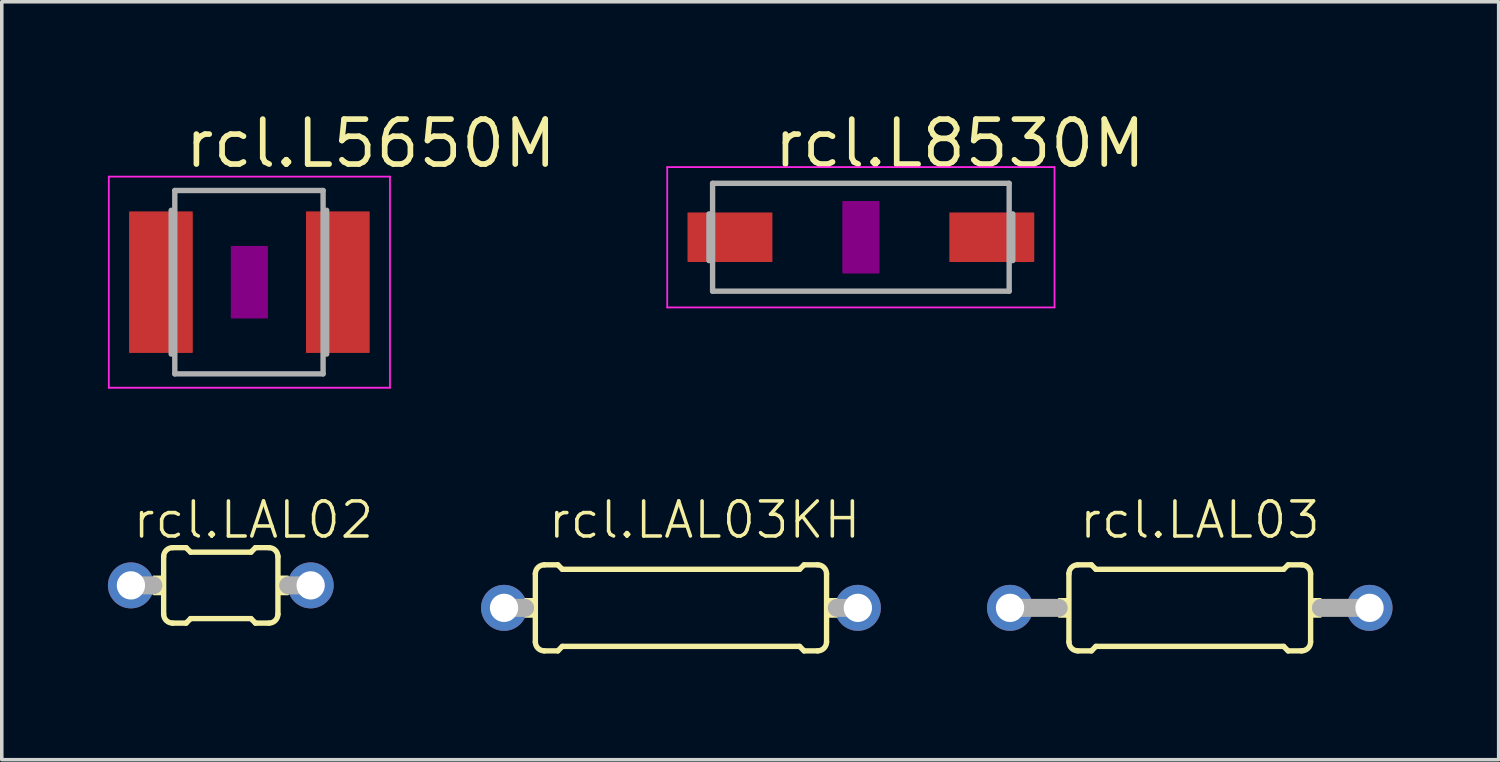
<source format=kicad_pcb>
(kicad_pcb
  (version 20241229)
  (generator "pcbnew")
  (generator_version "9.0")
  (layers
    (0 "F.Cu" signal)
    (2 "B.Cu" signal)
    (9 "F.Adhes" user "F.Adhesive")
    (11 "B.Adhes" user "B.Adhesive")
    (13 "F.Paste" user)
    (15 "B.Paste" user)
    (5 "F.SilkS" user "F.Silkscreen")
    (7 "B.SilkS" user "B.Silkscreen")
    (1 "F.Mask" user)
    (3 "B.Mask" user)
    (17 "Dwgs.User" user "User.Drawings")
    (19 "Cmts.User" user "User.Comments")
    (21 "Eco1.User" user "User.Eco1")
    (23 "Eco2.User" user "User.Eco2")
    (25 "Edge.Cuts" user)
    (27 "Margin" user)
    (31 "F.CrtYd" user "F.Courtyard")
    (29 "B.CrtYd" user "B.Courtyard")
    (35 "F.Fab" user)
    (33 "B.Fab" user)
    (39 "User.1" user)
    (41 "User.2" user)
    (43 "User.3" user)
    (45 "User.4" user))
  (footprint "rcl.L5650M"
    (layer "F.Cu")
    (at 3.998 4.925)
    (property "Reference" "rcl.L5650M" (at -1.905 -3.175 0) (layer "F.SilkS") (effects (font (size 1.27 1.27) (thickness 0.16)) (justify left bottom)))
    (attr smd)
    (fp_rect (start -0.5 1) (end 0.5 -1) (stroke (width 0.05) (type default)) (fill yes) (layer "F.Adhes"))
    (fp_line (start -3.973 -2.983) (end 3.973 -2.983) (stroke (width 0.051) (type default)) (layer "F.CrtYd"))
    (fp_line (start -3.973 2.983) (end -3.973 -2.983) (stroke (width 0.051) (type default)) (layer "F.CrtYd"))
    (fp_line (start 3.973 -2.983) (end 3.973 2.983) (stroke (width 0.051) (type default)) (layer "F.CrtYd"))
    (fp_line (start 3.973 2.983) (end -3.973 2.983) (stroke (width 0.051) (type default)) (layer "F.CrtYd"))
    (fp_line (start -2.21 -2.032) (end -2.21 2.032) (stroke (width 0.152) (type default)) (layer "F.Fab"))
    (fp_line (start -2.108 -2.591) (end -2.108 2.591) (stroke (width 0.152) (type default)) (layer "F.Fab"))
    (fp_line (start -2.108 2.591) (end 2.083 2.591) (stroke (width 0.152) (type default)) (layer "F.Fab"))
    (fp_line (start 2.083 -2.591) (end -2.108 -2.591) (stroke (width 0.152) (type default)) (layer "F.Fab"))
    (fp_line (start 2.083 -2.591) (end 2.083 2.591) (stroke (width 0.152) (type default)) (layer "F.Fab"))
    (fp_line (start 2.184 -2.032) (end 2.184 2.032) (stroke (width 0.152) (type default)) (layer "F.Fab"))
    (pad "1" smd roundrect (at -2.5 0) (size 1.8 4) (layers "F.Cu" "F.Mask" "F.Paste") (roundrect_rratio 0.01))
    (pad "2" smd roundrect (at 2.5 0) (size 1.8 4) (layers "F.Cu" "F.Mask" "F.Paste") (roundrect_rratio 0.01)))
  (footprint "rcl.L8530M"
    (layer "F.Cu")
    (at 21.28 3.655)
    (property "Reference" "rcl.L8530M" (at -2.54 -1.905 0) (layer "F.SilkS") (effects (font (size 1.27 1.27) (thickness 0.16)) (justify left bottom)))
    (attr smd)
    (fp_rect (start -0.5 1) (end 0.5 -1) (stroke (width 0.05) (type default)) (fill yes) (layer "F.Adhes"))
    (fp_line (start -5.473 -1.983) (end 5.473 -1.983) (stroke (width 0.051) (type default)) (layer "F.CrtYd"))
    (fp_line (start -5.473 1.983) (end -5.473 -1.983) (stroke (width 0.051) (type default)) (layer "F.CrtYd"))
    (fp_line (start 5.473 -1.983) (end 5.473 1.983) (stroke (width 0.051) (type default)) (layer "F.CrtYd"))
    (fp_line (start 5.473 1.983) (end -5.473 1.983) (stroke (width 0.051) (type default)) (layer "F.CrtYd"))
    (fp_line (start -4.293 0.66) (end -4.293 -0.66) (stroke (width 0.152) (type default)) (layer "F.Fab"))
    (fp_line (start -4.191 1.524) (end -4.191 -1.524) (stroke (width 0.152) (type default)) (layer "F.Fab"))
    (fp_line (start 4.191 -1.524) (end -4.191 -1.524) (stroke (width 0.152) (type default)) (layer "F.Fab"))
    (fp_line (start 4.191 1.524) (end -4.191 1.524) (stroke (width 0.152) (type default)) (layer "F.Fab"))
    (fp_line (start 4.191 1.524) (end 4.191 -1.524) (stroke (width 0.152) (type default)) (layer "F.Fab"))
    (fp_line (start 4.293 0.66) (end 4.293 -0.66) (stroke (width 0.152) (type default)) (layer "F.Fab"))
    (pad "1" smd roundrect (at -3.7 0) (size 2.4 1.4) (layers "F.Cu" "F.Mask" "F.Paste") (roundrect_rratio 0.01))
    (pad "2" smd roundrect (at 3.7 0) (size 2.4 1.4) (layers "F.Cu" "F.Mask" "F.Paste") (roundrect_rratio 0.01)))
  (footprint "rcl.LAL03KH"
    (layer "F.Cu")
    (at 16.195 14.129)
    (property "Reference" "rcl.LAL03KH" (at -3.81 -1.905 0) (layer "F.SilkS") (effects (font (size 0.991 0.991) (thickness 0.1)) (justify left bottom)))
    (attr through_hole)
    (fp_line (start -4.115 0.962) (end -4.115 -0.962) (stroke (width 0.152) (type default)) (layer "F.SilkS"))
    (fp_line (start -3.861 -1.216) (end -3.48 -1.216) (stroke (width 0.152) (type default)) (layer "F.SilkS"))
    (fp_line (start -3.861 1.216) (end -3.48 1.216) (stroke (width 0.152) (type default)) (layer "F.SilkS"))
    (fp_line (start -3.353 -1.089) (end -3.48 -1.216) (stroke (width 0.152) (type default)) (layer "F.SilkS"))
    (fp_line (start -3.353 1.089) (end -3.48 1.216) (stroke (width 0.152) (type default)) (layer "F.SilkS"))
    (fp_line (start 3.353 -1.089) (end -3.353 -1.089) (stroke (width 0.152) (type default)) (layer "F.SilkS"))
    (fp_line (start 3.353 -1.089) (end 3.48 -1.216) (stroke (width 0.152) (type default)) (layer "F.SilkS"))
    (fp_line (start 3.353 1.089) (end -3.353 1.089) (stroke (width 0.152) (type default)) (layer "F.SilkS"))
    (fp_line (start 3.353 1.089) (end 3.48 1.216) (stroke (width 0.152) (type default)) (layer "F.SilkS"))
    (fp_line (start 3.861 -1.216) (end 3.48 -1.216) (stroke (width 0.152) (type default)) (layer "F.SilkS"))
    (fp_line (start 3.861 1.216) (end 3.48 1.216) (stroke (width 0.152) (type default)) (layer "F.SilkS"))
    (fp_line (start 4.115 0.962) (end 4.115 -0.962) (stroke (width 0.152) (type default)) (layer "F.SilkS"))
    (fp_rect (start -4.4 0.254) (end -4.115 -0.254) (stroke (width 0.05) (type default)) (fill yes) (layer "F.SilkS"))
    (fp_rect (start 4.115 0.254) (end 4.4 -0.254) (stroke (width 0.05) (type default)) (fill yes) (layer "F.SilkS"))
    (fp_arc (start -4.115 -0.962) (mid -4.040605 -1.141605) (end -3.861 -1.216) (stroke (width 0.1524) (type default)) (layer "F.SilkS"))
    (fp_arc (start -3.861 1.216) (mid -4.040605 1.141605) (end -4.115 0.962) (stroke (width 0.1524) (type default)) (layer "F.SilkS"))
    (fp_arc (start 3.861 -1.216) (mid 4.040605 -1.141605) (end 4.115 -0.962) (stroke (width 0.1524) (type default)) (layer "F.SilkS"))
    (fp_arc (start 4.115 0.962) (mid 4.040605 1.141605) (end 3.861 1.216) (stroke (width 0.1524) (type default)) (layer "F.SilkS"))
    (fp_line (start -5 0) (end -4.405 0) (stroke (width 0.508) (type default)) (layer "F.Fab"))
    (fp_line (start 5 0) (end 4.405 0) (stroke (width 0.508) (type default)) (layer "F.Fab"))
    (pad "1" thru_hole circle (at -5 0) (size 1.3 1.3) (drill 0.8) (layers "*.Cu" "*.Mask"))
    (pad "2" thru_hole circle (at 5 0) (size 1.3 1.3) (drill 0.8) (layers "*.Cu" "*.Mask")))
  (footprint "rcl.LAL02"
    (layer "F.Cu")
    (at 3.19 13.494)
    (property "Reference" "rcl.LAL02" (at -2.54 -1.27 0) (layer "F.SilkS") (effects (font (size 0.991 0.991) (thickness 0.1)) (justify left bottom)))
    (attr through_hole)
    (fp_line (start -1.615 0.812) (end -1.615 -0.812) (stroke (width 0.152) (type default)) (layer "F.SilkS"))
    (fp_line (start -1.361 -1.066) (end -0.98 -1.066) (stroke (width 0.152) (type default)) (layer "F.SilkS"))
    (fp_line (start -1.361 1.066) (end -0.98 1.066) (stroke (width 0.152) (type default)) (layer "F.SilkS"))
    (fp_line (start -0.853 -0.939) (end -0.98 -1.066) (stroke (width 0.152) (type default)) (layer "F.SilkS"))
    (fp_line (start -0.853 0.939) (end -0.98 1.066) (stroke (width 0.152) (type default)) (layer "F.SilkS"))
    (fp_line (start 0.853 -0.939) (end -0.853 -0.939) (stroke (width 0.152) (type default)) (layer "F.SilkS"))
    (fp_line (start 0.853 -0.939) (end 0.98 -1.066) (stroke (width 0.152) (type default)) (layer "F.SilkS"))
    (fp_line (start 0.853 0.939) (end -0.853 0.939) (stroke (width 0.152) (type default)) (layer "F.SilkS"))
    (fp_line (start 0.853 0.939) (end 0.98 1.066) (stroke (width 0.152) (type default)) (layer "F.SilkS"))
    (fp_line (start 1.361 -1.066) (end 0.98 -1.066) (stroke (width 0.152) (type default)) (layer "F.SilkS"))
    (fp_line (start 1.361 1.066) (end 0.98 1.066) (stroke (width 0.152) (type default)) (layer "F.SilkS"))
    (fp_line (start 1.615 0.812) (end 1.615 -0.812) (stroke (width 0.152) (type default)) (layer "F.SilkS"))
    (fp_rect (start -1.9 0.254) (end -1.615 -0.254) (stroke (width 0.05) (type default)) (fill yes) (layer "F.SilkS"))
    (fp_rect (start 1.615 0.254) (end 1.9 -0.254) (stroke (width 0.05) (type default)) (fill yes) (layer "F.SilkS"))
    (fp_arc (start -1.615 -0.812) (mid -1.540605 -0.991605) (end -1.361 -1.066) (stroke (width 0.1524) (type default)) (layer "F.SilkS"))
    (fp_arc (start -1.361 1.066) (mid -1.540605 0.991605) (end -1.615 0.812) (stroke (width 0.1524) (type default)) (layer "F.SilkS"))
    (fp_arc (start 1.361 -1.066) (mid 1.540605 -0.991605) (end 1.615 -0.812) (stroke (width 0.1524) (type default)) (layer "F.SilkS"))
    (fp_arc (start 1.615 0.812) (mid 1.540605 0.991605) (end 1.361 1.066) (stroke (width 0.1524) (type default)) (layer "F.SilkS"))
    (fp_line (start -2.54 0) (end -1.905 0) (stroke (width 0.508) (type default)) (layer "F.Fab"))
    (fp_line (start 2.54 0) (end 1.905 0) (stroke (width 0.508) (type default)) (layer "F.Fab"))
    (pad "1" thru_hole circle (at -2.54 0) (size 1.3 1.3) (drill 0.8) (layers "*.Cu" "*.Mask"))
    (pad "2" thru_hole circle (at 2.54 0) (size 1.3 1.3) (drill 0.8) (layers "*.Cu" "*.Mask")))
  (footprint "rcl.LAL03"
    (layer "F.Cu")
    (at 30.575 14.129)
    (property "Reference" "rcl.LAL03" (at -3.175 -1.905 0) (layer "F.SilkS") (effects (font (size 0.991 0.991) (thickness 0.1)) (justify left bottom)))
    (attr through_hole)
    (fp_line (start -3.415 0.962) (end -3.415 -0.962) (stroke (width 0.152) (type default)) (layer "F.SilkS"))
    (fp_line (start -3.161 -1.216) (end -2.78 -1.216) (stroke (width 0.152) (type default)) (layer "F.SilkS"))
    (fp_line (start -3.161 1.216) (end -2.78 1.216) (stroke (width 0.152) (type default)) (layer "F.SilkS"))
    (fp_line (start -2.653 -1.089) (end -2.78 -1.216) (stroke (width 0.152) (type default)) (layer "F.SilkS"))
    (fp_line (start -2.653 1.089) (end -2.78 1.216) (stroke (width 0.152) (type default)) (layer "F.SilkS"))
    (fp_line (start 2.653 -1.089) (end -2.653 -1.089) (stroke (width 0.152) (type default)) (layer "F.SilkS"))
    (fp_line (start 2.653 -1.089) (end 2.78 -1.216) (stroke (width 0.152) (type default)) (layer "F.SilkS"))
    (fp_line (start 2.653 1.089) (end -2.653 1.089) (stroke (width 0.152) (type default)) (layer "F.SilkS"))
    (fp_line (start 2.653 1.089) (end 2.78 1.216) (stroke (width 0.152) (type default)) (layer "F.SilkS"))
    (fp_line (start 3.161 -1.216) (end 2.78 -1.216) (stroke (width 0.152) (type default)) (layer "F.SilkS"))
    (fp_line (start 3.161 1.216) (end 2.78 1.216) (stroke (width 0.152) (type default)) (layer "F.SilkS"))
    (fp_line (start 3.415 0.962) (end 3.415 -0.962) (stroke (width 0.152) (type default)) (layer "F.SilkS"))
    (fp_rect (start -3.7 0.254) (end -3.415 -0.254) (stroke (width 0.05) (type default)) (fill yes) (layer "F.SilkS"))
    (fp_rect (start 3.415 0.254) (end 3.7 -0.254) (stroke (width 0.05) (type default)) (fill yes) (layer "F.SilkS"))
    (fp_arc (start -3.415 -0.962) (mid -3.340605 -1.141605) (end -3.161 -1.216) (stroke (width 0.1524) (type default)) (layer "F.SilkS"))
    (fp_arc (start -3.161 1.216) (mid -3.340605 1.141605) (end -3.415 0.962) (stroke (width 0.1524) (type default)) (layer "F.SilkS"))
    (fp_arc (start 3.161 -1.216) (mid 3.340605 -1.141605) (end 3.415 -0.962) (stroke (width 0.1524) (type default)) (layer "F.SilkS"))
    (fp_arc (start 3.415 0.962) (mid 3.340605 1.141605) (end 3.161 1.216) (stroke (width 0.1524) (type default)) (layer "F.SilkS"))
    (fp_line (start -5.08 0) (end -3.705 0) (stroke (width 0.508) (type default)) (layer "F.Fab"))
    (fp_line (start 5.08 0) (end 3.705 0) (stroke (width 0.508) (type default)) (layer "F.Fab"))
    (pad "1" thru_hole circle (at -5.08 0) (size 1.3 1.3) (drill 0.8) (layers "*.Cu" "*.Mask"))
    (pad "2" thru_hole circle (at 5.08 0) (size 1.3 1.3) (drill 0.8) (layers "*.Cu" "*.Mask")))
  (gr_rect
    (start -3 -3)
    (end 39.305 18.421)
    (stroke (width 0.1) (type default))
    (fill no)
    (layer "Edge.Cuts")))
</source>
